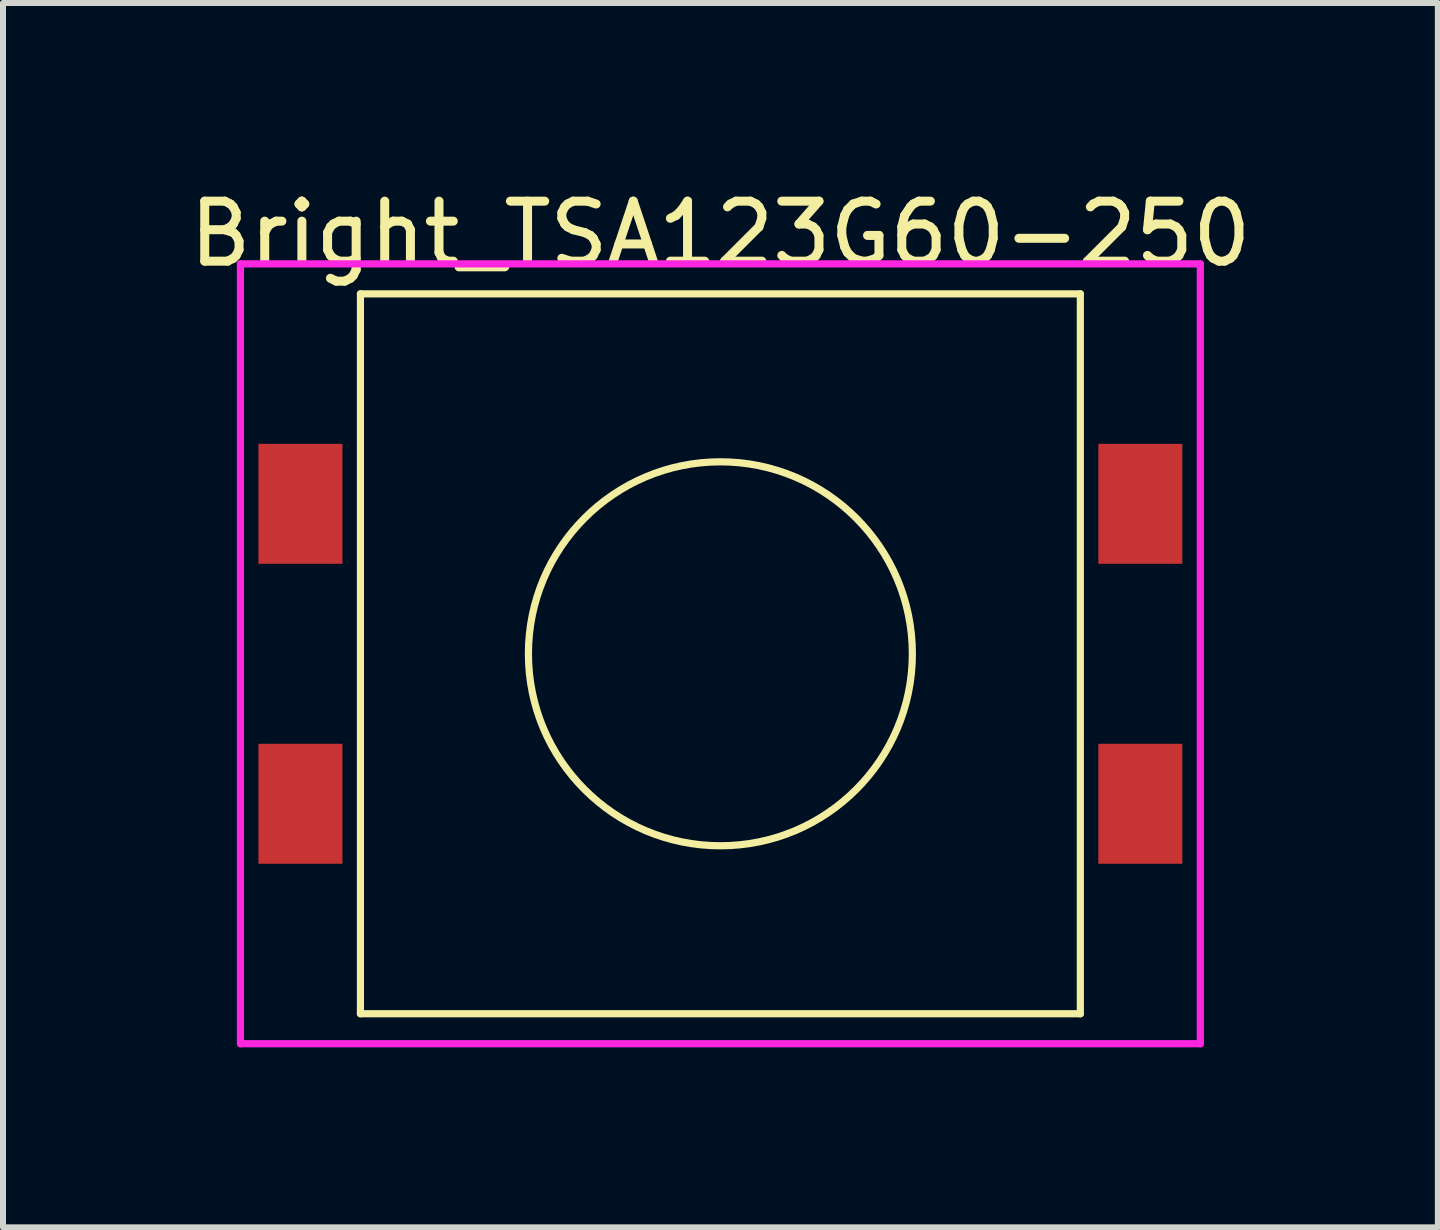
<source format=kicad_pcb>
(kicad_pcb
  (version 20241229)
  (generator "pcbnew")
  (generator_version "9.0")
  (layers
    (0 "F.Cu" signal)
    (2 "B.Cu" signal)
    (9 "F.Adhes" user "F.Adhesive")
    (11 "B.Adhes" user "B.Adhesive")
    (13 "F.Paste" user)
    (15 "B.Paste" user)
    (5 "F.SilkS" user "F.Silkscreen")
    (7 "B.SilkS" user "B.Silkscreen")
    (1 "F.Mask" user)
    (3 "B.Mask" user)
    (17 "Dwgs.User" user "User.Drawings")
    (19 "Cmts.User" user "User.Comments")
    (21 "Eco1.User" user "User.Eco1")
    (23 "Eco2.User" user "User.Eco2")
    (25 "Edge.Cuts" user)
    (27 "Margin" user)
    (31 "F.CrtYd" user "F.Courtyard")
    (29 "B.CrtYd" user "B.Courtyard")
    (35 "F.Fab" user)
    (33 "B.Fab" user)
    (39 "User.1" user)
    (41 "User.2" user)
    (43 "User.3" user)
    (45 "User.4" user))
  (footprint "Bright_TSA123G60-250"
    (layer "F.Cu")
    (at 8.958 7.848)
    (property "Reference" "Bright_TSA123G60-250" (at 0 -7 0) (layer "F.SilkS") (effects (font (size 1 1) (thickness 0.15))))
    (attr through_hole)
    (fp_line (start -6 -6) (end 6 -6) (stroke (width 0.12) (type solid)) (layer "F.SilkS"))
    (fp_line (start -6 6) (end -6 -6) (stroke (width 0.12) (type solid)) (layer "F.SilkS"))
    (fp_line (start 6 -6) (end 6 6) (stroke (width 0.12) (type solid)) (layer "F.SilkS"))
    (fp_line (start 6 6) (end -6 6) (stroke (width 0.12) (type solid)) (layer "F.SilkS"))
    (fp_circle (center 0 0) (end 3.2 0) (stroke (width 0.12) (type solid)) (fill no) (layer "F.SilkS"))
    (fp_line (start -8 -6.5) (end 8 -6.5) (stroke (width 0.12) (type solid)) (layer "F.CrtYd"))
    (fp_line (start -8 6.5) (end -8 -6.5) (stroke (width 0.12) (type solid)) (layer "F.CrtYd"))
    (fp_line (start 8 -6.5) (end 8 6.5) (stroke (width 0.12) (type solid)) (layer "F.CrtYd"))
    (fp_line (start 8 6.5) (end -8 6.5) (stroke (width 0.12) (type solid)) (layer "F.CrtYd"))
    (pad "1" smd rect (at -7 -2.5) (size 1.4 2) (layers "F.Cu" "F.Mask" "F.Paste"))
    (pad "1" smd rect (at 7 -2.5) (size 1.4 2) (layers "F.Cu" "F.Mask" "F.Paste"))
    (pad "2" smd rect (at -7 2.5) (size 1.4 2) (layers "F.Cu" "F.Mask" "F.Paste"))
    (pad "2" smd rect (at 7 2.5) (size 1.4 2) (layers "F.Cu" "F.Mask" "F.Paste")))
  (gr_rect
    (start -3 -3)
    (end 20.917 17.408)
    (stroke (width 0.1) (type default))
    (fill no)
    (layer "Edge.Cuts")))
</source>
